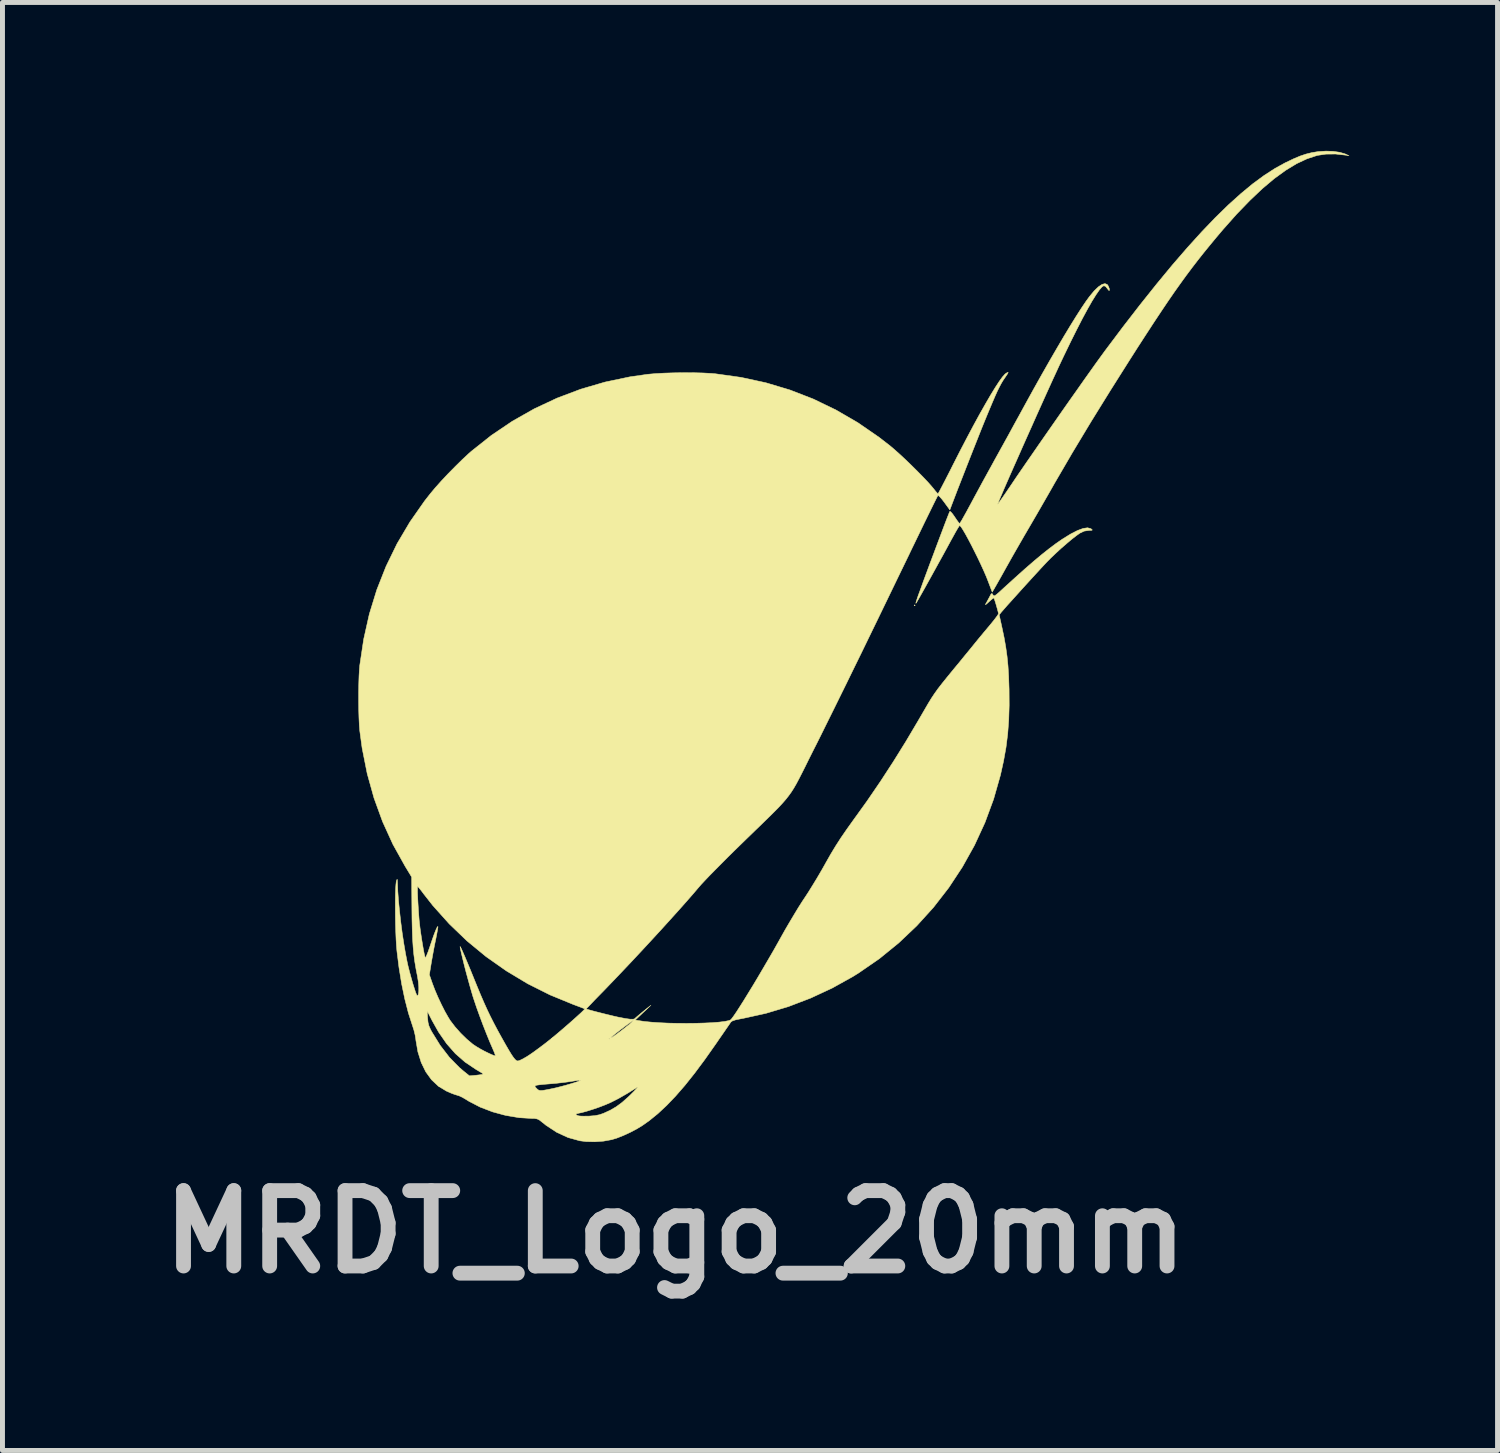
<source format=kicad_pcb>
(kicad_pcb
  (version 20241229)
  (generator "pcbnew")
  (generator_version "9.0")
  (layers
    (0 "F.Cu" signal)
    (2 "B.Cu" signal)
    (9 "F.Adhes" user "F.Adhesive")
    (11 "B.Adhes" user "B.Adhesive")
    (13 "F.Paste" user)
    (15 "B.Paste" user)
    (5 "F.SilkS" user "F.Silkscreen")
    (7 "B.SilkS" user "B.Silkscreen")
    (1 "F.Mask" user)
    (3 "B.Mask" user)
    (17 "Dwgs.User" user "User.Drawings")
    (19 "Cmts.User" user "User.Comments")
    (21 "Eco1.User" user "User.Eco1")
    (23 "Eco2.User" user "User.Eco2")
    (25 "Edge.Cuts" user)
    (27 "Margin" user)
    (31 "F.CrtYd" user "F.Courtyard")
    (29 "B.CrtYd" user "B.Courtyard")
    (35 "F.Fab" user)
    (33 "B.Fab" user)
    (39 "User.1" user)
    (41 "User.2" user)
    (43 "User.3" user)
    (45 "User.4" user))
  (footprint "MRDT_Logo_20mm"
    (layer "F.Cu")
    (at 14.21 10.021)
    (property "Reference" "MRDT_Logo_20mm" (at -3.607 11.836 0) (layer "Dwgs.User") (effects (font (size 1.524 1.524) (thickness 0.3))))
    (attr through_hole)
    (fp_poly (pts (xy 1.243 -0.832) (xy 1.233 -0.822) (xy 1.223 -0.832) (xy 1.233 -0.842) (xy 1.243 -0.832)) (stroke (width 0.01) (type solid)) (fill yes) (layer "F.SilkS"))
    (fp_poly (pts (xy 9.694 -10.011) (xy 9.825 -9.992) (xy 9.932 -9.961) (xy 9.948 -9.954) (xy 10.014 -9.923) (xy 9.954 -9.933) (xy 9.744 -9.957) (xy 9.548 -9.955) (xy 9.374 -9.929) (xy 9.367 -9.927) (xy 9.164 -9.86) (xy 8.953 -9.761) (xy 8.733 -9.627) (xy 8.502 -9.459) (xy 8.261 -9.256) (xy 8.009 -9.017) (xy 7.744 -8.743) (xy 7.467 -8.431) (xy 7.329 -8.268) (xy 7.201 -8.113) (xy 7.078 -7.962) (xy 6.96 -7.813) (xy 6.843 -7.661) (xy 6.726 -7.505) (xy 6.608 -7.342) (xy 6.485 -7.169) (xy 6.357 -6.983) (xy 6.221 -6.781) (xy 6.075 -6.561) (xy 5.918 -6.32) (xy 5.747 -6.056) (xy 5.561 -5.764) (xy 5.358 -5.443) (xy 5.187 -5.172) (xy 4.798 -4.544) (xy 4.423 -3.921) (xy 4.069 -3.314) (xy 3.98 -3.157) (xy 3.899 -3.016) (xy 3.806 -2.854) (xy 3.708 -2.684) (xy 3.612 -2.519) (xy 3.528 -2.375) (xy 3.444 -2.231) (xy 3.353 -2.073) (xy 3.26 -1.911) (xy 3.173 -1.758) (xy 3.1 -1.627) (xy 3.097 -1.623) (xy 3.034 -1.509) (xy 2.974 -1.402) (xy 2.921 -1.308) (xy 2.879 -1.234) (xy 2.852 -1.188) (xy 2.852 -1.186) (xy 2.801 -1.1) (xy 2.723 -1.307) (xy 2.683 -1.409) (xy 2.632 -1.527) (xy 2.574 -1.654) (xy 2.511 -1.787) (xy 2.445 -1.92) (xy 2.38 -2.049) (xy 2.318 -2.167) (xy 2.261 -2.271) (xy 2.212 -2.355) (xy 2.174 -2.414) (xy 2.148 -2.443) (xy 2.143 -2.446) (xy 2.129 -2.429) (xy 2.1 -2.383) (xy 2.059 -2.312) (xy 2.01 -2.223) (xy 1.964 -2.14) (xy 1.891 -2.005) (xy 1.812 -1.86) (xy 1.73 -1.712) (xy 1.648 -1.563) (xy 1.568 -1.418) (xy 1.492 -1.281) (xy 1.423 -1.157) (xy 1.363 -1.05) (xy 1.314 -0.964) (xy 1.279 -0.904) (xy 1.26 -0.874) (xy 1.259 -0.872) (xy 1.257 -0.881) (xy 1.268 -0.92) (xy 1.289 -0.984) (xy 1.309 -1.042) (xy 1.36 -1.18) (xy 1.415 -1.333) (xy 1.475 -1.495) (xy 1.537 -1.663) (xy 1.601 -1.832) (xy 1.663 -1.999) (xy 1.723 -2.159) (xy 1.779 -2.307) (xy 1.829 -2.44) (xy 1.872 -2.553) (xy 1.907 -2.642) (xy 1.931 -2.703) (xy 1.943 -2.731) (xy 1.944 -2.732) (xy 1.961 -2.725) (xy 1.992 -2.69) (xy 2.033 -2.634) (xy 2.044 -2.617) (xy 2.086 -2.555) (xy 2.12 -2.509) (xy 2.14 -2.487) (xy 2.142 -2.486) (xy 2.155 -2.504) (xy 2.184 -2.551) (xy 2.225 -2.624) (xy 2.277 -2.717) (xy 2.336 -2.826) (xy 2.366 -2.881) (xy 2.436 -3.012) (xy 2.52 -3.167) (xy 2.612 -3.337) (xy 2.707 -3.51) (xy 2.799 -3.677) (xy 2.854 -3.778) (xy 2.935 -3.924) (xy 3.03 -4.096) (xy 3.134 -4.284) (xy 3.241 -4.481) (xy 3.348 -4.675) (xy 3.448 -4.858) (xy 3.483 -4.922) (xy 3.645 -5.216) (xy 3.805 -5.501) (xy 3.96 -5.773) (xy 4.109 -6.03) (xy 4.249 -6.268) (xy 4.38 -6.485) (xy 4.499 -6.677) (xy 4.605 -6.842) (xy 4.696 -6.977) (xy 4.765 -7.072) (xy 4.861 -7.188) (xy 4.947 -7.271) (xy 5.021 -7.321) (xy 5.081 -7.337) (xy 5.128 -7.318) (xy 5.149 -7.286) (xy 5.169 -7.233) (xy 5.172 -7.201) (xy 5.161 -7.197) (xy 5.137 -7.225) (xy 5.132 -7.233) (xy 5.093 -7.28) (xy 5.057 -7.294) (xy 5.056 -7.293) (xy 5.019 -7.269) (xy 4.967 -7.209) (xy 4.901 -7.114) (xy 4.821 -6.986) (xy 4.729 -6.824) (xy 4.625 -6.632) (xy 4.51 -6.408) (xy 4.384 -6.156) (xy 4.248 -5.875) (xy 4.2 -5.774) (xy 4.152 -5.672) (xy 4.094 -5.546) (xy 4.026 -5.399) (xy 3.951 -5.234) (xy 3.87 -5.055) (xy 3.784 -4.864) (xy 3.695 -4.666) (xy 3.605 -4.463) (xy 3.514 -4.26) (xy 3.424 -4.058) (xy 3.337 -3.861) (xy 3.254 -3.674) (xy 3.176 -3.498) (xy 3.106 -3.338) (xy 3.044 -3.196) (xy 2.993 -3.076) (xy 2.952 -2.981) (xy 2.925 -2.915) (xy 2.912 -2.88) (xy 2.911 -2.876) (xy 2.923 -2.89) (xy 2.955 -2.934) (xy 3.002 -3.001) (xy 3.063 -3.089) (xy 3.133 -3.192) (xy 3.188 -3.273) (xy 3.278 -3.407) (xy 3.386 -3.565) (xy 3.508 -3.742) (xy 3.641 -3.934) (xy 3.782 -4.138) (xy 3.929 -4.349) (xy 4.079 -4.564) (xy 4.229 -4.779) (xy 4.377 -4.99) (xy 4.52 -5.192) (xy 4.654 -5.383) (xy 4.778 -5.557) (xy 4.888 -5.712) (xy 4.982 -5.842) (xy 5.057 -5.945) (xy 5.078 -5.974) (xy 5.444 -6.461) (xy 5.793 -6.912) (xy 6.126 -7.329) (xy 6.443 -7.713) (xy 6.746 -8.063) (xy 7.035 -8.382) (xy 7.31 -8.669) (xy 7.573 -8.926) (xy 7.825 -9.153) (xy 8.065 -9.352) (xy 8.296 -9.522) (xy 8.517 -9.665) (xy 8.729 -9.782) (xy 8.731 -9.782) (xy 8.889 -9.858) (xy 9.024 -9.915) (xy 9.145 -9.956) (xy 9.262 -9.985) (xy 9.385 -10.005) (xy 9.406 -10.007) (xy 9.55 -10.016) (xy 9.694 -10.011)) (stroke (width 0.01) (type solid)) (fill yes) (layer "F.SilkS"))
    (fp_poly (pts (xy 3.124 -5.541) (xy 3.113 -5.517) (xy 3.079 -5.466) (xy 3.06 -5.438) (xy 3.023 -5.384) (xy 2.987 -5.324) (xy 2.95 -5.255) (xy 2.908 -5.171) (xy 2.861 -5.067) (xy 2.806 -4.939) (xy 2.74 -4.782) (xy 2.681 -4.64) (xy 2.631 -4.518) (xy 2.569 -4.364) (xy 2.499 -4.187) (xy 2.422 -3.993) (xy 2.341 -3.788) (xy 2.26 -3.581) (xy 2.18 -3.376) (xy 2.104 -3.182) (xy 2.036 -3.004) (xy 1.977 -2.85) (xy 1.966 -2.82) (xy 1.944 -2.762) (xy 1.832 -2.916) (xy 1.782 -2.981) (xy 1.74 -3.028) (xy 1.711 -3.053) (xy 1.703 -3.054) (xy 1.692 -3.033) (xy 1.665 -2.98) (xy 1.623 -2.896) (xy 1.569 -2.786) (xy 1.503 -2.651) (xy 1.427 -2.496) (xy 1.343 -2.322) (xy 1.252 -2.134) (xy 1.155 -1.934) (xy 1.117 -1.854) (xy 0.894 -1.394) (xy 0.688 -0.968) (xy 0.497 -0.573) (xy 0.319 -0.207) (xy 0.154 0.133) (xy -0.001 0.449) (xy -0.145 0.744) (xy -0.281 1.02) (xy -0.409 1.28) (xy -0.531 1.526) (xy -0.647 1.761) (xy -0.76 1.987) (xy -0.825 2.115) (xy -0.912 2.289) (xy -0.986 2.439) (xy -1.051 2.568) (xy -1.108 2.679) (xy -1.16 2.777) (xy -1.21 2.863) (xy -1.26 2.942) (xy -1.314 3.017) (xy -1.373 3.092) (xy -1.441 3.17) (xy -1.52 3.255) (xy -1.613 3.349) (xy -1.722 3.457) (xy -1.85 3.582) (xy -2 3.727) (xy -2.174 3.896) (xy -2.255 3.975) (xy -2.402 4.118) (xy -2.546 4.26) (xy -2.682 4.397) (xy -2.808 4.524) (xy -2.92 4.638) (xy -3.013 4.736) (xy -3.084 4.812) (xy -3.126 4.86) (xy -3.239 4.993) (xy -3.376 5.15) (xy -3.533 5.327) (xy -3.707 5.52) (xy -3.892 5.724) (xy -4.085 5.934) (xy -4.282 6.147) (xy -4.48 6.359) (xy -4.673 6.563) (xy -4.858 6.757) (xy -5.031 6.937) (xy -5.059 6.966) (xy -5.155 7.064) (xy -5.241 7.152) (xy -5.312 7.227) (xy -5.366 7.283) (xy -5.399 7.318) (xy -5.407 7.328) (xy -5.382 7.337) (xy -5.327 7.353) (xy -5.247 7.375) (xy -5.153 7.399) (xy -5.05 7.425) (xy -4.948 7.45) (xy -4.853 7.473) (xy -4.774 7.491) (xy -4.744 7.497) (xy -4.615 7.522) (xy -4.522 7.535) (xy -4.46 7.536) (xy -4.427 7.527) (xy -4.423 7.521) (xy -4.403 7.502) (xy -4.36 7.465) (xy -4.3 7.415) (xy -4.256 7.379) (xy -4.1 7.254) (xy -4.416 7.552) (xy -4.348 7.564) (xy -4.228 7.582) (xy -4.083 7.596) (xy -3.92 7.607) (xy -3.744 7.615) (xy -3.561 7.619) (xy -3.375 7.62) (xy -3.193 7.618) (xy -3.02 7.613) (xy -2.862 7.606) (xy -2.723 7.595) (xy -2.609 7.581) (xy -2.526 7.564) (xy -2.491 7.551) (xy -2.468 7.527) (xy -2.427 7.472) (xy -2.371 7.39) (xy -2.302 7.283) (xy -2.221 7.155) (xy -2.132 7.01) (xy -2.035 6.852) (xy -1.934 6.683) (xy -1.831 6.508) (xy -1.727 6.33) (xy -1.624 6.153) (xy -1.526 5.979) (xy -1.473 5.884) (xy -1.389 5.734) (xy -1.298 5.578) (xy -1.206 5.424) (xy -1.119 5.28) (xy -1.041 5.157) (xy -0.991 5.082) (xy -0.917 4.969) (xy -0.832 4.832) (xy -0.74 4.681) (xy -0.651 4.529) (xy -0.57 4.386) (xy -0.562 4.371) (xy -0.462 4.195) (xy -0.364 4.033) (xy -0.261 3.873) (xy -0.145 3.704) (xy -0.013 3.519) (xy 0.271 3.124) (xy 0.539 2.732) (xy 0.797 2.336) (xy 1.052 1.926) (xy 1.31 1.491) (xy 1.431 1.283) (xy 1.503 1.159) (xy 1.568 1.052) (xy 1.633 0.954) (xy 1.703 0.856) (xy 1.785 0.75) (xy 1.884 0.627) (xy 1.954 0.541) (xy 2.051 0.423) (xy 2.148 0.306) (xy 2.238 0.195) (xy 2.317 0.099) (xy 2.38 0.022) (xy 2.406 -0.01) (xy 2.468 -0.087) (xy 2.547 -0.183) (xy 2.633 -0.287) (xy 2.717 -0.387) (xy 2.731 -0.403) (xy 2.799 -0.486) (xy 2.857 -0.559) (xy 2.9 -0.617) (xy 2.924 -0.654) (xy 2.927 -0.662) (xy 2.922 -0.692) (xy 2.908 -0.747) (xy 2.889 -0.814) (xy 2.869 -0.883) (xy 2.85 -0.941) (xy 2.837 -0.976) (xy 2.834 -0.981) (xy 2.817 -0.973) (xy 2.779 -0.943) (xy 2.732 -0.901) (xy 2.686 -0.859) (xy 2.664 -0.845) (xy 2.669 -0.86) (xy 2.67 -0.862) (xy 2.698 -0.911) (xy 2.732 -0.975) (xy 2.746 -1.001) (xy 2.773 -1.053) (xy 2.79 -1.072) (xy 2.803 -1.066) (xy 2.815 -1.046) (xy 2.826 -1.03) (xy 2.839 -1.024) (xy 2.861 -1.032) (xy 2.896 -1.058) (xy 2.949 -1.104) (xy 3.025 -1.174) (xy 3.038 -1.186) (xy 3.265 -1.392) (xy 3.467 -1.573) (xy 3.647 -1.729) (xy 3.809 -1.864) (xy 3.955 -1.98) (xy 4.088 -2.08) (xy 4.211 -2.165) (xy 4.22 -2.171) (xy 4.383 -2.272) (xy 4.523 -2.344) (xy 4.638 -2.387) (xy 4.729 -2.4) (xy 4.794 -2.383) (xy 4.801 -2.378) (xy 4.823 -2.359) (xy 4.819 -2.35) (xy 4.784 -2.347) (xy 4.75 -2.346) (xy 4.661 -2.333) (xy 4.572 -2.291) (xy 4.568 -2.288) (xy 4.498 -2.238) (xy 4.407 -2.167) (xy 4.303 -2.079) (xy 4.192 -1.983) (xy 4.084 -1.883) (xy 3.984 -1.788) (xy 3.909 -1.712) (xy 3.847 -1.646) (xy 3.769 -1.562) (xy 3.678 -1.463) (xy 3.579 -1.355) (xy 3.476 -1.242) (xy 3.373 -1.128) (xy 3.274 -1.018) (xy 3.183 -0.917) (xy 3.104 -0.83) (xy 3.042 -0.759) (xy 3 -0.711) (xy 2.986 -0.695) (xy 2.942 -0.639) (xy 2.996 -0.395) (xy 3.041 -0.182) (xy 3.075 0.012) (xy 3.101 0.199) (xy 3.12 0.391) (xy 3.133 0.599) (xy 3.141 0.835) (xy 3.142 0.864) (xy 3.144 1.19) (xy 3.135 1.487) (xy 3.114 1.767) (xy 3.08 2.039) (xy 3.031 2.313) (xy 2.968 2.598) (xy 2.829 3.087) (xy 2.654 3.561) (xy 2.443 4.019) (xy 2.198 4.458) (xy 1.922 4.877) (xy 1.614 5.274) (xy 1.276 5.647) (xy 0.91 5.994) (xy 0.518 6.313) (xy 0.1 6.601) (xy -0.022 6.677) (xy -0.438 6.908) (xy -0.873 7.11) (xy -1.321 7.281) (xy -1.775 7.417) (xy -2.227 7.517) (xy -2.275 7.526) (xy -2.381 7.547) (xy -2.449 7.569) (xy -2.482 7.592) (xy -2.5 7.618) (xy -2.537 7.672) (xy -2.591 7.75) (xy -2.656 7.845) (xy -2.731 7.953) (xy -2.79 8.039) (xy -3.01 8.351) (xy -3.217 8.629) (xy -3.413 8.875) (xy -3.601 9.091) (xy -3.782 9.28) (xy -3.959 9.445) (xy -4.135 9.588) (xy -4.268 9.682) (xy -4.384 9.753) (xy -4.519 9.824) (xy -4.658 9.888) (xy -4.79 9.94) (xy -4.893 9.971) (xy -5.057 10.001) (xy -5.235 10.014) (xy -5.409 10.01) (xy -5.537 9.994) (xy -5.775 9.928) (xy -6.002 9.824) (xy -6.22 9.681) (xy -6.295 9.621) (xy -6.353 9.575) (xy -6.4 9.552) (xy -6.454 9.543) (xy -6.492 9.543) (xy -6.761 9.527) (xy -7.034 9.481) (xy -7.099 9.464) (xy -5.617 9.464) (xy -5.589 9.481) (xy -5.563 9.489) (xy -5.525 9.494) (xy -5.459 9.496) (xy -5.378 9.495) (xy -5.353 9.495) (xy -5.236 9.486) (xy -5.139 9.467) (xy -5.056 9.438) (xy -4.921 9.376) (xy -4.8 9.305) (xy -4.682 9.218) (xy -4.557 9.107) (xy -4.512 9.064) (xy -4.447 8.999) (xy -4.398 8.948) (xy -4.37 8.916) (xy -4.365 8.906) (xy -4.37 8.908) (xy -4.578 9.037) (xy -4.757 9.14) (xy -4.909 9.217) (xy -4.916 9.22) (xy -5.024 9.267) (xy -5.147 9.314) (xy -5.275 9.358) (xy -5.396 9.396) (xy -5.499 9.424) (xy -5.553 9.435) (xy -5.605 9.448) (xy -5.617 9.464) (xy -7.099 9.464) (xy -7.301 9.409) (xy -7.554 9.312) (xy -7.783 9.193) (xy -7.842 9.156) (xy -7.912 9.115) (xy -7.979 9.084) (xy -8.019 9.072) (xy -8.071 9.056) (xy -8.145 9.028) (xy -8.224 8.993) (xy -8.236 8.988) (xy -8.396 8.89) (xy -8.397 8.89) (xy -6.444 8.89) (xy -6.438 8.905) (xy -6.419 8.927) (xy -6.415 8.932) (xy -6.39 8.956) (xy -6.365 8.972) (xy -6.332 8.978) (xy -6.284 8.975) (xy -6.213 8.963) (xy -6.111 8.943) (xy -6.102 8.941) (xy -6.02 8.923) (xy -5.926 8.899) (xy -5.827 8.873) (xy -5.731 8.845) (xy -5.645 8.819) (xy -5.576 8.796) (xy -5.532 8.778) (xy -5.518 8.769) (xy -5.518 8.769) (xy -5.54 8.769) (xy -5.592 8.775) (xy -5.664 8.786) (xy -5.694 8.791) (xy -5.782 8.804) (xy -5.894 8.818) (xy -6.018 8.832) (xy -6.134 8.842) (xy -6.257 8.852) (xy -6.345 8.861) (xy -6.403 8.869) (xy -6.434 8.878) (xy -6.444 8.89) (xy -8.397 8.89) (xy -8.536 8.759) (xy -8.652 8.599) (xy -8.744 8.41) (xy -8.811 8.196) (xy -8.852 7.958) (xy -8.853 7.942) (xy -8.867 7.856) (xy -8.892 7.754) (xy -8.923 7.656) (xy -8.926 7.648) (xy -9.004 7.407) (xy -9.014 7.367) (xy -8.623 7.367) (xy -8.615 7.511) (xy -8.606 7.598) (xy -8.588 7.67) (xy -8.555 7.745) (xy -8.53 7.791) (xy -8.359 8.067) (xy -8.174 8.307) (xy -7.973 8.512) (xy -7.889 8.584) (xy -7.768 8.681) (xy -7.638 8.669) (xy -7.57 8.661) (xy -7.52 8.654) (xy -7.499 8.648) (xy -7.495 8.643) (xy -7.499 8.636) (xy -7.517 8.623) (xy -7.556 8.599) (xy -7.622 8.56) (xy -7.638 8.55) (xy -7.857 8.403) (xy -8.054 8.23) (xy -8.231 8.029) (xy -8.393 7.795) (xy -8.524 7.562) (xy -8.623 7.367) (xy -9.014 7.367) (xy -9.075 7.13) (xy -9.139 6.823) (xy -9.193 6.491) (xy -9.235 6.155) (xy -9.244 6.05) (xy -9.252 5.922) (xy -9.258 5.777) (xy -9.263 5.623) (xy -9.266 5.463) (xy -9.267 5.305) (xy -9.267 5.155) (xy -9.265 5.019) (xy -9.261 4.902) (xy -9.255 4.811) (xy -9.248 4.752) (xy -9.245 4.741) (xy -9.234 4.711) (xy -9.228 4.709) (xy -9.225 4.741) (xy -9.223 4.791) (xy -9.217 4.951) (xy -9.203 5.14) (xy -9.182 5.349) (xy -9.157 5.571) (xy -9.128 5.794) (xy -9.095 6.01) (xy -9.061 6.209) (xy -9.027 6.383) (xy -9.011 6.456) (xy -8.98 6.578) (xy -8.947 6.698) (xy -8.915 6.811) (xy -8.884 6.91) (xy -8.858 6.99) (xy -8.836 7.044) (xy -8.823 7.066) (xy -8.82 7.066) (xy -8.802 7.034) (xy -8.793 6.97) (xy -8.793 6.883) (xy -8.802 6.78) (xy -8.82 6.668) (xy -8.821 6.664) (xy -8.85 6.515) (xy -8.874 6.372) (xy -8.893 6.228) (xy -8.907 6.078) (xy -8.918 5.913) (xy -8.925 5.728) (xy -8.93 5.514) (xy -8.932 5.313) (xy -8.935 4.922) (xy -8.82 4.922) (xy -8.818 5) (xy -8.814 5.097) (xy -8.808 5.206) (xy -8.801 5.32) (xy -8.793 5.433) (xy -8.785 5.537) (xy -8.779 5.593) (xy -8.768 5.687) (xy -8.753 5.795) (xy -8.736 5.909) (xy -8.718 6.021) (xy -8.7 6.123) (xy -8.684 6.207) (xy -8.67 6.266) (xy -8.663 6.29) (xy -8.652 6.282) (xy -8.632 6.241) (xy -8.606 6.176) (xy -8.576 6.09) (xy -8.572 6.079) (xy -8.527 5.945) (xy -8.487 5.832) (xy -8.453 5.744) (xy -8.427 5.686) (xy -8.41 5.661) (xy -8.406 5.661) (xy -8.407 5.682) (xy -8.415 5.735) (xy -8.429 5.812) (xy -8.447 5.905) (xy -8.449 5.914) (xy -8.475 6.04) (xy -8.502 6.183) (xy -8.527 6.322) (xy -8.54 6.397) (xy -8.579 6.637) (xy -8.518 6.812) (xy -8.467 6.946) (xy -8.404 7.093) (xy -8.334 7.242) (xy -8.263 7.382) (xy -8.195 7.501) (xy -8.158 7.561) (xy -8.062 7.687) (xy -7.946 7.818) (xy -7.822 7.939) (xy -7.702 8.04) (xy -7.685 8.052) (xy -7.624 8.092) (xy -7.55 8.136) (xy -7.469 8.18) (xy -7.39 8.219) (xy -7.321 8.251) (xy -7.27 8.271) (xy -7.246 8.275) (xy -7.245 8.274) (xy -7.249 8.253) (xy -7.266 8.206) (xy -7.294 8.141) (xy -7.3 8.127) (xy -7.359 7.991) (xy -7.425 7.828) (xy -7.495 7.65) (xy -7.563 7.468) (xy -7.626 7.293) (xy -7.678 7.138) (xy -7.698 7.077) (xy -7.731 6.965) (xy -7.767 6.839) (xy -7.804 6.704) (xy -7.841 6.568) (xy -7.875 6.436) (xy -7.905 6.315) (xy -7.93 6.21) (xy -7.948 6.129) (xy -7.957 6.077) (xy -7.958 6.066) (xy -7.951 6.074) (xy -7.93 6.115) (xy -7.899 6.185) (xy -7.857 6.281) (xy -7.808 6.398) (xy -7.752 6.532) (xy -7.71 6.636) (xy -7.622 6.852) (xy -7.545 7.038) (xy -7.475 7.2) (xy -7.409 7.346) (xy -7.344 7.481) (xy -7.276 7.615) (xy -7.203 7.753) (xy -7.121 7.902) (xy -7.112 7.918) (xy -7.032 8.06) (xy -6.968 8.17) (xy -6.918 8.252) (xy -6.878 8.31) (xy -6.847 8.348) (xy -6.822 8.37) (xy -6.799 8.379) (xy -6.788 8.38) (xy -6.752 8.369) (xy -6.692 8.34) (xy -6.618 8.298) (xy -6.563 8.263) (xy -6.481 8.207) (xy -6.38 8.133) (xy -6.27 8.051) (xy -6.164 7.968) (xy -6.134 7.944) (xy -6.115 7.929) (xy -4.952 7.929) (xy -4.942 7.939) (xy -4.932 7.929) (xy -4.942 7.919) (xy -4.952 7.929) (xy -6.115 7.929) (xy -6.094 7.912) (xy -4.912 7.912) (xy -4.896 7.908) (xy -4.85 7.879) (xy -4.774 7.824) (xy -4.668 7.744) (xy -4.615 7.702) (xy -4.547 7.649) (xy -4.495 7.604) (xy -4.463 7.574) (xy -4.457 7.564) (xy -4.475 7.573) (xy -4.517 7.601) (xy -4.576 7.644) (xy -4.646 7.696) (xy -4.72 7.752) (xy -4.79 7.807) (xy -4.85 7.855) (xy -4.893 7.892) (xy -4.911 7.911) (xy -4.912 7.912) (xy -6.094 7.912) (xy -6.048 7.874) (xy -5.953 7.794) (xy -5.855 7.71) (xy -5.757 7.625) (xy -5.664 7.543) (xy -5.582 7.469) (xy -5.514 7.407) (xy -5.464 7.359) (xy -5.439 7.332) (xy -5.437 7.327) (xy -5.457 7.318) (xy -5.507 7.298) (xy -5.58 7.271) (xy -5.668 7.238) (xy -5.673 7.236) (xy -6.14 7.044) (xy -6.591 6.818) (xy -7.022 6.559) (xy -7.433 6.27) (xy -7.819 5.952) (xy -8.177 5.608) (xy -8.507 5.24) (xy -8.69 5.007) (xy -8.74 4.94) (xy -8.782 4.888) (xy -8.809 4.857) (xy -8.816 4.851) (xy -8.819 4.87) (xy -8.82 4.922) (xy -8.935 4.922) (xy -8.937 4.661) (xy -9.071 4.44) (xy -9.316 4) (xy -9.525 3.541) (xy -9.698 3.065) (xy -9.836 2.57) (xy -9.938 2.057) (xy -9.986 1.704) (xy -9.995 1.592) (xy -10.002 1.45) (xy -10.007 1.286) (xy -10.009 1.109) (xy -10.009 0.929) (xy -10.006 0.754) (xy -10.001 0.595) (xy -9.993 0.46) (xy -9.986 0.381) (xy -9.907 -0.146) (xy -9.793 -0.655) (xy -9.642 -1.146) (xy -9.455 -1.62) (xy -9.232 -2.078) (xy -8.972 -2.518) (xy -8.677 -2.94) (xy -8.562 -3.087) (xy -8.46 -3.209) (xy -8.336 -3.348) (xy -8.198 -3.495) (xy -8.054 -3.641) (xy -7.914 -3.779) (xy -7.785 -3.899) (xy -7.728 -3.949) (xy -7.325 -4.269) (xy -6.901 -4.555) (xy -6.458 -4.806) (xy -5.997 -5.022) (xy -5.52 -5.202) (xy -5.028 -5.346) (xy -4.524 -5.452) (xy -4.16 -5.504) (xy -4.011 -5.517) (xy -3.833 -5.527) (xy -3.637 -5.533) (xy -3.433 -5.536) (xy -3.231 -5.535) (xy -3.043 -5.53) (xy -2.878 -5.521) (xy -2.797 -5.514) (xy -2.277 -5.441) (xy -1.774 -5.332) (xy -1.287 -5.186) (xy -0.815 -5.003) (xy -0.358 -4.782) (xy 0.085 -4.525) (xy 0.514 -4.229) (xy 0.742 -4.052) (xy 0.829 -3.978) (xy 0.934 -3.884) (xy 1.049 -3.777) (xy 1.169 -3.661) (xy 1.287 -3.544) (xy 1.398 -3.431) (xy 1.496 -3.328) (xy 1.573 -3.241) (xy 1.614 -3.192) (xy 1.656 -3.139) (xy 1.689 -3.102) (xy 1.704 -3.088) (xy 1.715 -3.105) (xy 1.742 -3.154) (xy 1.782 -3.23) (xy 1.834 -3.33) (xy 1.895 -3.449) (xy 1.963 -3.582) (xy 2.009 -3.674) (xy 2.153 -3.957) (xy 2.292 -4.223) (xy 2.423 -4.47) (xy 2.547 -4.697) (xy 2.662 -4.9) (xy 2.766 -5.079) (xy 2.859 -5.231) (xy 2.939 -5.354) (xy 3.005 -5.446) (xy 3.056 -5.504) (xy 3.076 -5.521) (xy 3.111 -5.541) (xy 3.124 -5.541)) (stroke (width 0.01) (type solid)) (fill yes) (layer "F.SilkS")))
  (gr_rect
    (start -3 -3)
    (end 27.228 26.276)
    (stroke (width 0.1) (type default))
    (fill no)
    (layer "Edge.Cuts")))
</source>
